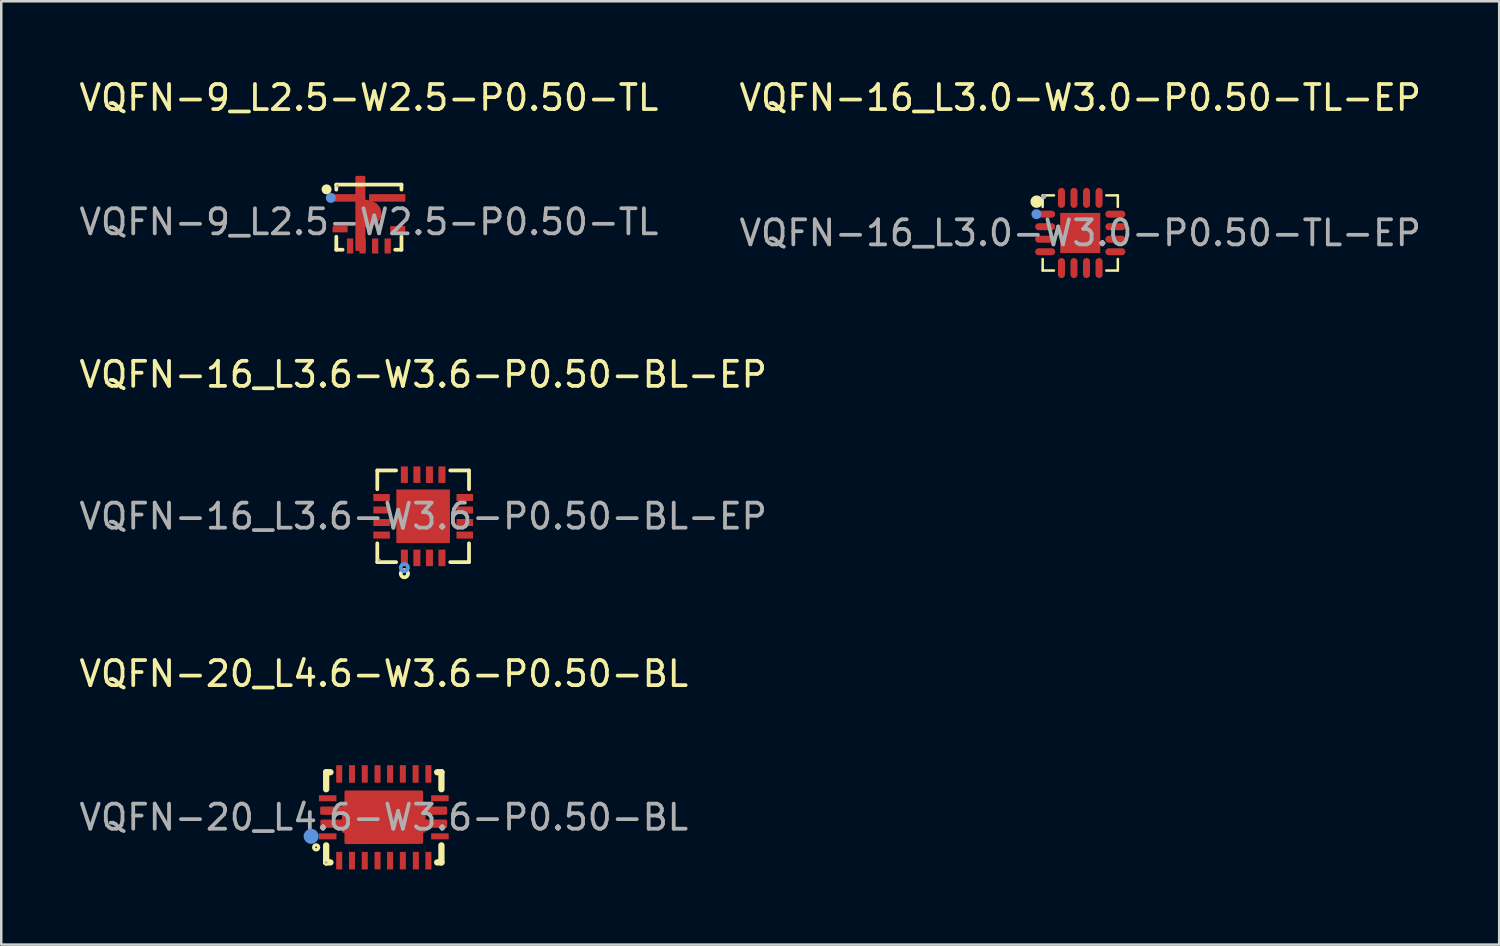
<source format=kicad_pcb>
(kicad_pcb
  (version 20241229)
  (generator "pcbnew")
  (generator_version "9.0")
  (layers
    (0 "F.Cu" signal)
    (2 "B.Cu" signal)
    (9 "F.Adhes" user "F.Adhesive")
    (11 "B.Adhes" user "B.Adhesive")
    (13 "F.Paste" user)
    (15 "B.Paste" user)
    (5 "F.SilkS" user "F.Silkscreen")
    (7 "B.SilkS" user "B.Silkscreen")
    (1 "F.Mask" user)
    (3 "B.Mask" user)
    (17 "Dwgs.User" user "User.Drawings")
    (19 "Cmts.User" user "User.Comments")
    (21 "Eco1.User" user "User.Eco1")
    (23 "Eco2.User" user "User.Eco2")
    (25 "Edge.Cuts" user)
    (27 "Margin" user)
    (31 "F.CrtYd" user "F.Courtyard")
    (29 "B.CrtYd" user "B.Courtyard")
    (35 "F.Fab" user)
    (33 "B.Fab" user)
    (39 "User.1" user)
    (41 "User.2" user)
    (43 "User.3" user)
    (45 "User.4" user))
  (footprint "VQFN-20_L4.6-W3.6-P0.50-BL"
    (layer "F.Cu")
    (at 12.268 29.57)
    (property "Reference" "VQFN-20_L4.6-W3.6-P0.50-BL" (at 0 -5.73 0) (layer "F.SilkS") (effects (font (size 1 1) (thickness 0.15))))
    (attr through_hole)
    (fp_line (start -2.3 -1.8) (end -2.3 -1.12) (stroke (width 0.25) (type solid)) (layer "F.SilkS"))
    (fp_line (start -2.3 -1.8) (end -2.13 -1.8) (stroke (width 0.25) (type solid)) (layer "F.SilkS"))
    (fp_line (start -2.3 1.12) (end -2.3 1.8) (stroke (width 0.25) (type solid)) (layer "F.SilkS"))
    (fp_line (start -2.3 1.8) (end -2.13 1.8) (stroke (width 0.25) (type solid)) (layer "F.SilkS"))
    (fp_line (start 2.13 -1.8) (end 2.3 -1.8) (stroke (width 0.25) (type solid)) (layer "F.SilkS"))
    (fp_line (start 2.13 1.8) (end 2.3 1.8) (stroke (width 0.25) (type solid)) (layer "F.SilkS"))
    (fp_line (start 2.3 -1.8) (end 2.3 -1.12) (stroke (width 0.25) (type solid)) (layer "F.SilkS"))
    (fp_line (start 2.3 1.12) (end 2.3 1.8) (stroke (width 0.25) (type solid)) (layer "F.SilkS"))
    (fp_circle (center -2.7 1.2) (end -2.6 1.2) (stroke (width 0.13) (type solid)) (fill no) (layer "F.SilkS"))
    (fp_circle (center -2.9 0.76) (end -2.75 0.76) (stroke (width 0.3) (type solid)) (fill no) (layer "Cmts.User"))
    (fp_circle (center -2.3 1.8) (end -2.27 1.8) (stroke (width 0.06) (type solid)) (fill no) (layer "F.Fab"))
    (fp_text user "${REFERENCE}" (at 0 0 0) (layer "F.Fab") (effects (font (size 1 1) (thickness 0.15))))
    (pad "1" smd rect (at -2.24 0.76) (size 0.7 0.24) (layers "F.Cu" "F.Mask" "F.Paste"))
    (pad "2" smd rect (at -1.78 1.73) (size 0.24 0.7) (layers "F.Cu" "F.Mask" "F.Paste"))
    (pad "3" smd rect (at -1.27 1.73) (size 0.24 0.7) (layers "F.Cu" "F.Mask" "F.Paste"))
    (pad "4" smd rect (at -0.76 1.73) (size 0.24 0.7) (layers "F.Cu" "F.Mask" "F.Paste"))
    (pad "5" smd rect (at -0.25 1.73) (size 0.24 0.7) (layers "F.Cu" "F.Mask" "F.Paste"))
    (pad "6" smd rect (at 0.25 1.73) (size 0.24 0.7) (layers "F.Cu" "F.Mask" "F.Paste"))
    (pad "7" smd rect (at 0.76 1.73) (size 0.24 0.7) (layers "F.Cu" "F.Mask" "F.Paste"))
    (pad "8" smd rect (at 1.28 1.73) (size 0.24 0.7) (layers "F.Cu" "F.Mask" "F.Paste"))
    (pad "9" smd rect (at 1.78 1.73) (size 0.24 0.7) (layers "F.Cu" "F.Mask" "F.Paste"))
    (pad "10" smd rect (at 2.24 0.76) (size 0.7 0.24) (layers "F.Cu" "F.Mask" "F.Paste"))
    (pad "11" smd rect (at 2.24 -0.76) (size 0.7 0.24) (layers "F.Cu" "F.Mask" "F.Paste"))
    (pad "12" smd rect (at 1.78 -1.73) (size 0.24 0.7) (layers "F.Cu" "F.Mask" "F.Paste"))
    (pad "13" smd rect (at 1.27 -1.73) (size 0.24 0.7) (layers "F.Cu" "F.Mask" "F.Paste"))
    (pad "14" smd rect (at 0.76 -1.73) (size 0.24 0.7) (layers "F.Cu" "F.Mask" "F.Paste"))
    (pad "15" smd rect (at 0.25 -1.73) (size 0.24 0.7) (layers "F.Cu" "F.Mask" "F.Paste"))
    (pad "16" smd rect (at -0.25 -1.73) (size 0.24 0.7) (layers "F.Cu" "F.Mask" "F.Paste"))
    (pad "17" smd rect (at -0.76 -1.73) (size 0.24 0.7) (layers "F.Cu" "F.Mask" "F.Paste"))
    (pad "18" smd rect (at -1.27 -1.73) (size 0.24 0.7) (layers "F.Cu" "F.Mask" "F.Paste"))
    (pad "19" smd rect (at -1.78 -1.73) (size 0.24 0.7) (layers "F.Cu" "F.Mask" "F.Paste"))
    (pad "20" smd rect (at -2.24 -0.76) (size 0.7 0.24) (layers "F.Cu" "F.Mask" "F.Paste"))
    (pad "21" smd custom (at 0 0) (size 1 1) (layers "F.Cu" "F.Mask" "F.Paste") (options (anchor circle)) (primitives (gr_poly (pts (xy -1.62 -0.14) (xy -2.49 -0.15) (xy -2.49 -0.38) (xy -1.62 -0.38) (xy -1.62 -0.56) (xy -1.52 -0.57) (xy -1.52 -1.02) (xy 1.52 -1.02) (xy 1.52 -0.57) (xy 1.62 -0.57) (xy 1.62 -0.38) (xy 2.48 -0.38) (xy 2.48 -0.15) (xy 1.62 -0.15) (xy 1.62 0.14) (xy 2.48 0.14) (xy 2.48 0.37) (xy 1.62 0.37) (xy 1.62 0.56) (xy 1.52 0.56) (xy 1.52 1.01) (xy -1.52 1.02) (xy -1.52 0.57) (xy -1.62 0.57) (xy -1.62 0.37) (xy -2.48 0.37) (xy -2.48 0.14) (xy -1.62 0.14) (xy -1.62 -0.15)) (width 0.1) (fill yes)))))
  (footprint "VQFN-16_L3.6-W3.6-P0.50-BL-EP"
    (layer "F.Cu")
    (at 13.839 17.556)
    (property "Reference" "VQFN-16_L3.6-W3.6-P0.50-BL-EP" (at 0 -5.66 0) (layer "F.SilkS") (effects (font (size 1 1) (thickness 0.15))))
    (attr through_hole)
    (fp_line (start -1.83 -1.83) (end -1.08 -1.83) (stroke (width 0.15) (type solid)) (layer "F.SilkS"))
    (fp_line (start -1.83 -1.08) (end -1.83 -1.83) (stroke (width 0.15) (type solid)) (layer "F.SilkS"))
    (fp_line (start -1.83 1.08) (end -1.83 1.83) (stroke (width 0.15) (type solid)) (layer "F.SilkS"))
    (fp_line (start -1.83 1.83) (end -1.08 1.83) (stroke (width 0.15) (type solid)) (layer "F.SilkS"))
    (fp_line (start 1.83 -1.83) (end 1.08 -1.83) (stroke (width 0.15) (type solid)) (layer "F.SilkS"))
    (fp_line (start 1.83 -1.08) (end 1.83 -1.83) (stroke (width 0.15) (type solid)) (layer "F.SilkS"))
    (fp_line (start 1.83 1.08) (end 1.83 1.83) (stroke (width 0.15) (type solid)) (layer "F.SilkS"))
    (fp_line (start 1.83 1.83) (end 1.08 1.83) (stroke (width 0.15) (type solid)) (layer "F.SilkS"))
    (fp_circle (center -0.75 2.29) (end -0.68 2.29) (stroke (width 0.15) (type solid)) (fill no) (layer "F.SilkS"))
    (fp_circle (center -0.75 2.05) (end -0.68 2.05) (stroke (width 0.15) (type solid)) (fill no) (layer "Cmts.User"))
    (fp_circle (center -1.75 1.75) (end -1.72 1.75) (stroke (width 0.06) (type solid)) (fill no) (layer "F.Fab"))
    (fp_text user "${REFERENCE}" (at 0 0 0) (layer "F.Fab") (effects (font (size 1 1) (thickness 0.15))))
    (pad "1" smd rect (at -0.75 1.66) (size 0.28 0.66) (layers "F.Cu" "F.Mask" "F.Paste"))
    (pad "2" smd rect (at -0.25 1.66) (size 0.28 0.66) (layers "F.Cu" "F.Mask" "F.Paste"))
    (pad "3" smd rect (at 0.25 1.66) (size 0.28 0.66) (layers "F.Cu" "F.Mask" "F.Paste"))
    (pad "4" smd rect (at 0.75 1.66) (size 0.28 0.66) (layers "F.Cu" "F.Mask" "F.Paste"))
    (pad "5" smd rect (at 1.66 0.75) (size 0.66 0.28) (layers "F.Cu" "F.Mask" "F.Paste"))
    (pad "6" smd rect (at 1.66 0.25) (size 0.66 0.28) (layers "F.Cu" "F.Mask" "F.Paste"))
    (pad "7" smd rect (at 1.66 -0.25) (size 0.66 0.28) (layers "F.Cu" "F.Mask" "F.Paste"))
    (pad "8" smd rect (at 1.66 -0.75) (size 0.66 0.28) (layers "F.Cu" "F.Mask" "F.Paste"))
    (pad "9" smd rect (at 0.75 -1.66) (size 0.28 0.66) (layers "F.Cu" "F.Mask" "F.Paste"))
    (pad "10" smd rect (at 0.25 -1.66) (size 0.28 0.66) (layers "F.Cu" "F.Mask" "F.Paste"))
    (pad "11" smd rect (at -0.25 -1.66) (size 0.28 0.66) (layers "F.Cu" "F.Mask" "F.Paste"))
    (pad "12" smd rect (at -0.75 -1.66) (size 0.28 0.66) (layers "F.Cu" "F.Mask" "F.Paste"))
    (pad "13" smd rect (at -1.66 -0.75) (size 0.66 0.28) (layers "F.Cu" "F.Mask" "F.Paste"))
    (pad "14" smd rect (at -1.66 -0.25) (size 0.66 0.28) (layers "F.Cu" "F.Mask" "F.Paste"))
    (pad "15" smd rect (at -1.66 0.25) (size 0.66 0.28) (layers "F.Cu" "F.Mask" "F.Paste"))
    (pad "16" smd rect (at -1.66 0.75) (size 0.66 0.28) (layers "F.Cu" "F.Mask" "F.Paste"))
    (pad "17" smd rect (at 0 0) (size 2.14 2.14) (layers "F.Cu" "F.Mask" "F.Paste")))
  (footprint "VQFN-16_L3.0-W3.0-P0.50-TL-EP"
    (layer "F.Cu")
    (at 40.065 6.248)
    (property "Reference" "VQFN-16_L3.0-W3.0-P0.50-TL-EP" (at 0 -5.4 0) (layer "F.SilkS") (effects (font (size 1 1) (thickness 0.15))))
    (attr through_hole)
    (fp_line (start -1.5 -1.5) (end -1.5 -1.04) (stroke (width 0.1) (type solid)) (layer "F.SilkS"))
    (fp_line (start -1.5 1.04) (end -1.5 1.5) (stroke (width 0.1) (type solid)) (layer "F.SilkS"))
    (fp_line (start -1.5 1.5) (end -1.05 1.5) (stroke (width 0.1) (type solid)) (layer "F.SilkS"))
    (fp_line (start -1.05 -1.5) (end -1.5 -1.5) (stroke (width 0.1) (type solid)) (layer "F.SilkS"))
    (fp_line (start 1.04 1.5) (end 1.5 1.5) (stroke (width 0.1) (type solid)) (layer "F.SilkS"))
    (fp_line (start 1.5 -1.5) (end 1.04 -1.5) (stroke (width 0.1) (type solid)) (layer "F.SilkS"))
    (fp_line (start 1.5 -1.5) (end 1.5 -1.04) (stroke (width 0.1) (type solid)) (layer "F.SilkS"))
    (fp_line (start 1.5 1.04) (end 1.5 1.5) (stroke (width 0.1) (type solid)) (layer "F.SilkS"))
    (fp_arc (start -1.74 -1.25) (mid -1.74 -1.25) (end -1.74 -1.25) (stroke (width 0.25) (type solid)) (layer "F.SilkS"))
    (fp_circle (center -1.75 -0.75) (end -1.65 -0.75) (stroke (width 0.2) (type solid)) (fill no) (layer "Cmts.User"))
    (fp_circle (center -1.45 -1.45) (end -1.4 -1.45) (stroke (width 0.1) (type solid)) (fill no) (layer "F.Fab"))
    (fp_text user "${REFERENCE}" (at 0 0 0) (layer "F.Fab") (effects (font (size 1 1) (thickness 0.15))))
    (pad "1" smd oval (at -1.4 -0.75 90) (size 0.28 0.8) (layers "F.Cu" "F.Mask" "F.Paste"))
    (pad "2" smd oval (at -1.4 -0.25 90) (size 0.28 0.8) (layers "F.Cu" "F.Mask" "F.Paste"))
    (pad "3" smd oval (at -1.4 0.25 90) (size 0.28 0.8) (layers "F.Cu" "F.Mask" "F.Paste"))
    (pad "4" smd oval (at -1.4 0.75 90) (size 0.28 0.8) (layers "F.Cu" "F.Mask" "F.Paste"))
    (pad "5" smd oval (at -0.75 1.4) (size 0.28 0.8) (layers "F.Cu" "F.Mask" "F.Paste"))
    (pad "6" smd oval (at -0.25 1.4) (size 0.28 0.8) (layers "F.Cu" "F.Mask" "F.Paste"))
    (pad "7" smd oval (at 0.25 1.4) (size 0.28 0.8) (layers "F.Cu" "F.Mask" "F.Paste"))
    (pad "8" smd oval (at 0.75 1.4) (size 0.28 0.8) (layers "F.Cu" "F.Mask" "F.Paste"))
    (pad "9" smd oval (at 1.4 0.75 90) (size 0.28 0.8) (layers "F.Cu" "F.Mask" "F.Paste"))
    (pad "10" smd oval (at 1.4 0.25 90) (size 0.28 0.8) (layers "F.Cu" "F.Mask" "F.Paste"))
    (pad "11" smd oval (at 1.4 -0.25 90) (size 0.28 0.8) (layers "F.Cu" "F.Mask" "F.Paste"))
    (pad "12" smd oval (at 1.4 -0.75 90) (size 0.28 0.8) (layers "F.Cu" "F.Mask" "F.Paste"))
    (pad "13" smd oval (at 0.75 -1.4) (size 0.28 0.8) (layers "F.Cu" "F.Mask" "F.Paste"))
    (pad "14" smd oval (at 0.25 -1.4) (size 0.28 0.8) (layers "F.Cu" "F.Mask" "F.Paste"))
    (pad "15" smd oval (at -0.25 -1.4) (size 0.28 0.8) (layers "F.Cu" "F.Mask" "F.Paste"))
    (pad "16" smd oval (at -0.75 -1.4) (size 0.28 0.8) (layers "F.Cu" "F.Mask" "F.Paste"))
    (pad "17" smd rect (at 0 0) (size 1.6 1.6) (layers "F.Cu" "F.Mask" "F.Paste")))
  (footprint "VQFN-9_L2.5-W2.5-P0.50-TL"
    (layer "F.Cu")
    (at 11.673 5.808)
    (property "Reference" "VQFN-9_L2.5-W2.5-P0.50-TL" (at 0 -4.96 0) (layer "F.SilkS") (effects (font (size 1 1) (thickness 0.15))))
    (attr through_hole)
    (fp_line (start -1.3 -1.49) (end 1.3 -1.49) (stroke (width 0.15) (type solid)) (layer "F.SilkS"))
    (fp_line (start -1.3 -1.29) (end -1.3 -1.49) (stroke (width 0.15) (type solid)) (layer "F.SilkS"))
    (fp_line (start -1.3 1.11) (end -1.3 0.59) (stroke (width 0.15) (type solid)) (layer "F.SilkS"))
    (fp_line (start -1.05 1.11) (end -1.3 1.11) (stroke (width 0.15) (type solid)) (layer "F.SilkS"))
    (fp_line (start 1.3 -1.49) (end 1.3 -1.29) (stroke (width 0.15) (type solid)) (layer "F.SilkS"))
    (fp_line (start 1.3 0.59) (end 1.3 1.11) (stroke (width 0.15) (type solid)) (layer "F.SilkS"))
    (fp_line (start 1.3 1.11) (end 1.05 1.11) (stroke (width 0.15) (type solid)) (layer "F.SilkS"))
    (fp_circle (center -1.69 -1.3) (end -1.59 -1.3) (stroke (width 0.2) (type solid)) (fill no) (layer "F.SilkS"))
    (fp_circle (center -1.52 -0.96) (end -1.42 -0.96) (stroke (width 0.2) (type solid)) (fill no) (layer "Cmts.User"))
    (fp_circle (center -1.25 -1.44) (end -1.22 -1.44) (stroke (width 0.06) (type solid)) (fill no) (layer "F.Fab"))
    (fp_text user "${REFERENCE}" (at 0 0 0) (layer "F.Fab") (effects (font (size 1 1) (thickness 0.15))))
    (pad "1" smd rect (at -0.9 -0.96 90) (size 0.3 1.1) (layers "F.Cu" "F.Mask" "F.Paste"))
    (pad "2" smd custom (at 0 -0.34 90) (size 1 1) (layers "F.Cu" "F.Mask" "F.Paste") (options (anchor circle)) (primitives (gr_poly (pts (xy -1.45 -0.19) (xy -1.45 -0.49) (xy 1.45 -0.49) (xy 1.45 -0.19) (xy 0.49 -0.19) (xy 0.49 -0.04) (xy -0.49 -0.04) (xy -0.49 -0.19)) (width 0.1) (fill yes))))
    (pad "3" smd rect (at -1.15 0.29 90) (size 0.25 0.6) (layers "F.Cu" "F.Mask" "F.Paste"))
    (pad "4" smd rect (at -0.75 0.96) (size 0.25 0.6) (layers "F.Cu" "F.Mask" "F.Paste"))
    (pad "5" smd rect (at -0.25 0.96) (size 0.25 0.6) (layers "F.Cu" "F.Mask" "F.Paste"))
    (pad "6" smd rect (at 0.25 0.96) (size 0.25 0.6) (layers "F.Cu" "F.Mask" "F.Paste"))
    (pad "7" smd rect (at 0.75 0.96) (size 0.25 0.6) (layers "F.Cu" "F.Mask" "F.Paste"))
    (pad "8" smd rect (at 1.15 0.29 90) (size 0.25 0.6) (layers "F.Cu" "F.Mask" "F.Paste"))
    (pad "9" smd rect (at 0.73 -0.96 90) (size 0.3 1.45) (layers "F.Cu" "F.Mask" "F.Paste")))
  (gr_rect
    (start -3 -3)
    (end 56.786 34.65)
    (stroke (width 0.1) (type default))
    (fill no)
    (layer "Edge.Cuts")))
</source>
